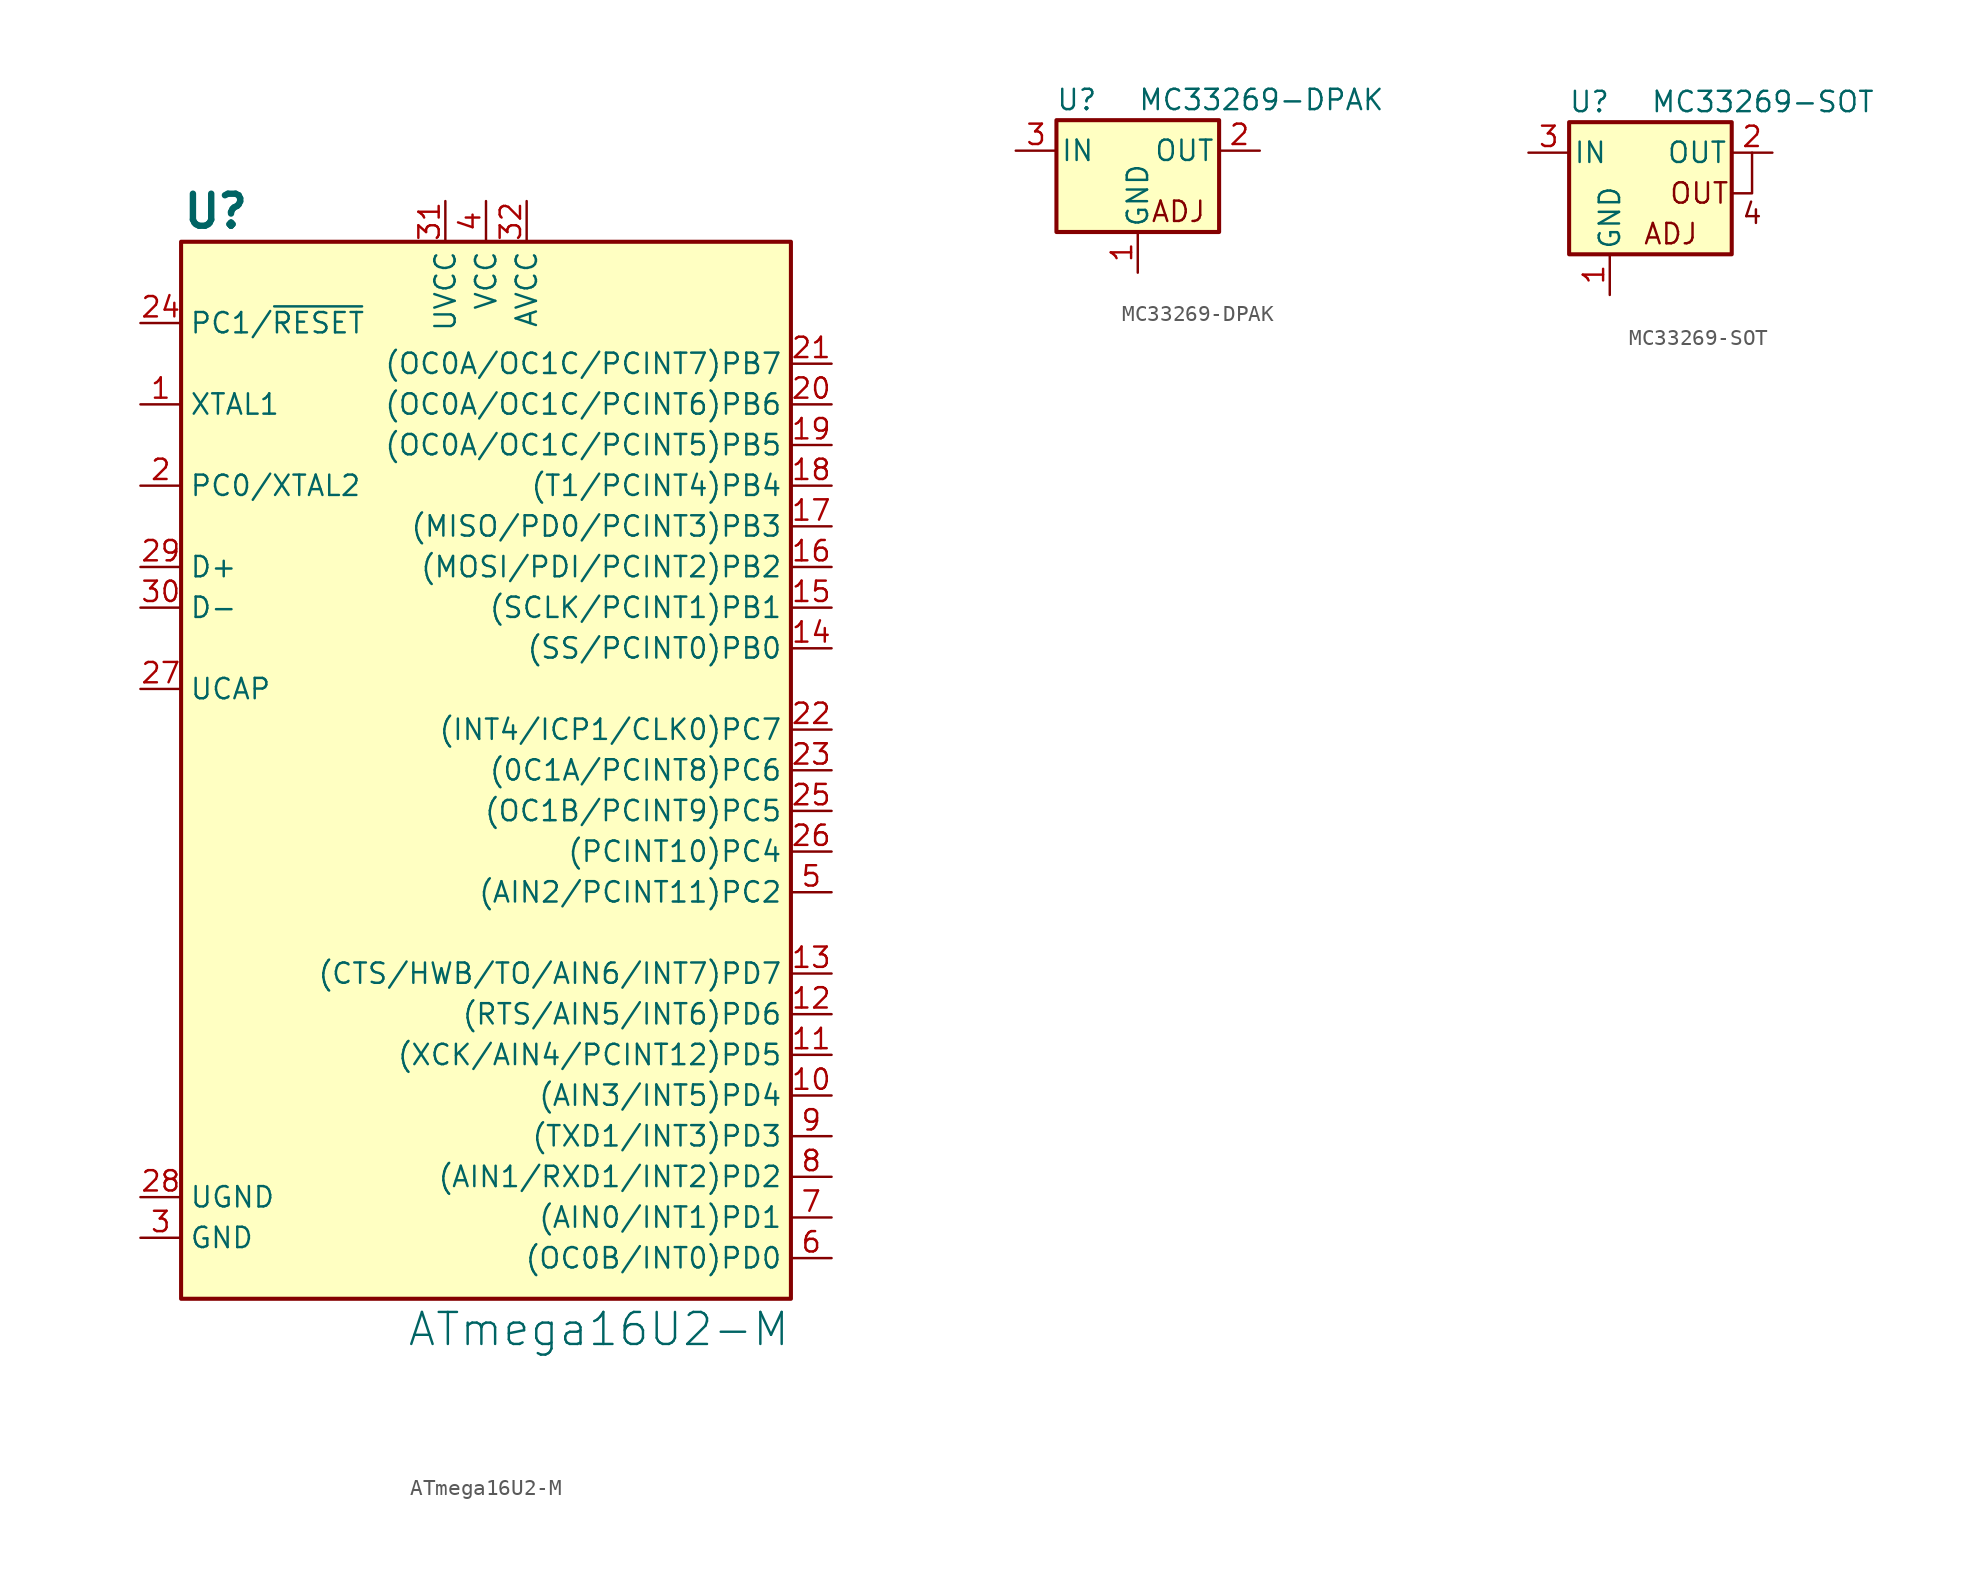
<source format=kicad_sym>
(kicad_symbol_lib
  (version 20220914)
  (generator kicad_symbol_editor)
  (symbol "ATmega16U2-M"
    (property "Reference" "U"
      (at -19.05 34.925 0)
      (do_not_autoplace)
      (effects (font (size 2 2) bold) (justify left)))
    (property "Value" "ATmega16U2-M"
      (at 19.05 -34.925 0)
      (do_not_autoplace)
      (effects (font (size 2 2)) (justify right)))
    (symbol "ATmega16U2-M_0_1"
      (rectangle (start -19.05 33.02) (end 19.05 -33.02) (stroke (width 0.254) (type default)) (fill (type background))))
    (symbol "ATmega16U2-M_1_1"
      (pin input line (at -21.59 22.86 0) (length 2.54) (name "XTAL1" (effects (font (size 1.27 1.27)))) (number "1" (effects (font (size 1.27 1.27)))))
      (pin bidirectional line (at 21.59 -20.32 180) (length 2.54) (name "(AIN3/INT5)PD4" (effects (font (size 1.27 1.27)))) (number "10" (effects (font (size 1.27 1.27)))))
      (pin bidirectional line (at 21.59 -17.78 180) (length 2.54) (name "(XCK/AIN4/PCINT12)PD5" (effects (font (size 1.27 1.27)))) (number "11" (effects (font (size 1.27 1.27)))))
      (pin bidirectional line (at 21.59 -15.24 180) (length 2.54) (name "(RTS/AIN5/INT6)PD6" (effects (font (size 1.27 1.27)))) (number "12" (effects (font (size 1.27 1.27)))))
      (pin bidirectional line (at 21.59 -12.7 180) (length 2.54) (name "(CTS/HWB/TO/AIN6/INT7)PD7" (effects (font (size 1.27 1.27)))) (number "13" (effects (font (size 1.27 1.27)))))
      (pin bidirectional line (at 21.59 7.62 180) (length 2.54) (name "(SS/PCINT0)PB0" (effects (font (size 1.27 1.27)))) (number "14" (effects (font (size 1.27 1.27)))))
      (pin bidirectional line (at 21.59 10.16 180) (length 2.54) (name "(SCLK/PCINT1)PB1" (effects (font (size 1.27 1.27)))) (number "15" (effects (font (size 1.27 1.27)))))
      (pin bidirectional line (at 21.59 12.7 180) (length 2.54) (name "(MOSI/PDI/PCINT2)PB2" (effects (font (size 1.27 1.27)))) (number "16" (effects (font (size 1.27 1.27)))))
      (pin bidirectional line (at 21.59 15.24 180) (length 2.54) (name "(MISO/PD0/PCINT3)PB3" (effects (font (size 1.27 1.27)))) (number "17" (effects (font (size 1.27 1.27)))))
      (pin bidirectional line (at 21.59 17.78 180) (length 2.54) (name "(T1/PCINT4)PB4" (effects (font (size 1.27 1.27)))) (number "18" (effects (font (size 1.27 1.27)))))
      (pin bidirectional line (at 21.59 20.32 180) (length 2.54) (name "(OC0A/OC1C/PCINT5)PB5" (effects (font (size 1.27 1.27)))) (number "19" (effects (font (size 1.27 1.27)))))
      (pin bidirectional line (at -21.59 17.78 0) (length 2.54) (name "PC0/XTAL2" (effects (font (size 1.27 1.27)))) (number "2" (effects (font (size 1.27 1.27)))))
      (pin bidirectional line (at 21.59 22.86 180) (length 2.54) (name "(OC0A/OC1C/PCINT6)PB6" (effects (font (size 1.27 1.27)))) (number "20" (effects (font (size 1.27 1.27)))))
      (pin bidirectional line (at 21.59 25.4 180) (length 2.54) (name "(OC0A/OC1C/PCINT7)PB7" (effects (font (size 1.27 1.27)))) (number "21" (effects (font (size 1.27 1.27)))))
      (pin bidirectional line (at 21.59 2.54 180) (length 2.54) (name "(INT4/ICP1/CLK0)PC7" (effects (font (size 1.27 1.27)))) (number "22" (effects (font (size 1.27 1.27)))))
      (pin bidirectional line (at 21.59 0 180) (length 2.54) (name "(0C1A/PCINT8)PC6" (effects (font (size 1.27 1.27)))) (number "23" (effects (font (size 1.27 1.27)))))
      (pin bidirectional line (at -21.59 27.94 0) (length 2.54) (name "PC1/~{RESET}" (effects (font (size 1.27 1.27)))) (number "24" (effects (font (size 1.27 1.27)))))
      (pin bidirectional line (at 21.59 -2.54 180) (length 2.54) (name "(OC1B/PCINT9)PC5" (effects (font (size 1.27 1.27)))) (number "25" (effects (font (size 1.27 1.27)))))
      (pin bidirectional line (at 21.59 -5.08 180) (length 2.54) (name "(PCINT10)PC4" (effects (font (size 1.27 1.27)))) (number "26" (effects (font (size 1.27 1.27)))))
      (pin passive line (at -21.59 5.08 0) (length 2.54) (name "UCAP" (effects (font (size 1.27 1.27)))) (number "27" (effects (font (size 1.27 1.27)))))
      (pin power_in line (at -21.59 -26.67 0) (length 2.54) (name "UGND" (effects (font (size 1.27 1.27)))) (number "28" (effects (font (size 1.27 1.27)))))
      (pin bidirectional line (at -21.59 12.7 0) (length 2.54) (name "D+" (effects (font (size 1.27 1.27)))) (number "29" (effects (font (size 1.27 1.27)))))
      (pin power_in line (at -21.59 -29.21 0) (length 2.54) (name "GND" (effects (font (size 1.27 1.27)))) (number "3" (effects (font (size 1.27 1.27)))))
      (pin bidirectional line (at -21.59 10.16 0) (length 2.54) (name "D-" (effects (font (size 1.27 1.27)))) (number "30" (effects (font (size 1.27 1.27)))))
      (pin power_in line (at -2.54 35.56 270) (length 2.54) (name "UVCC" (effects (font (size 1.27 1.27)))) (number "31" (effects (font (size 1.27 1.27)))))
      (pin power_in line (at 2.54 35.56 270) (length 2.54) (name "AVCC" (effects (font (size 1.27 1.27)))) (number "32" (effects (font (size 1.27 1.27)))))
      (pin passive line (at -21.59 -29.21 0) (length 2.54) hide (name "GND" (effects (font (size 1.27 1.27)))) (number "33" (effects (font (size 1.27 1.27)))))
      (pin power_in line (at 0 35.56 270) (length 2.54) (name "VCC" (effects (font (size 1.27 1.27)))) (number "4" (effects (font (size 1.27 1.27)))))
      (pin bidirectional line (at 21.59 -7.62 180) (length 2.54) (name "(AIN2/PCINT11)PC2" (effects (font (size 1.27 1.27)))) (number "5" (effects (font (size 1.27 1.27)))))
      (pin bidirectional line (at 21.59 -30.48 180) (length 2.54) (name "(OC0B/INT0)PD0" (effects (font (size 1.27 1.27)))) (number "6" (effects (font (size 1.27 1.27)))))
      (pin bidirectional line (at 21.59 -27.94 180) (length 2.54) (name "(AIN0/INT1)PD1" (effects (font (size 1.27 1.27)))) (number "7" (effects (font (size 1.27 1.27)))))
      (pin bidirectional line (at 21.59 -25.4 180) (length 2.54) (name "(AIN1/RXD1/INT2)PD2" (effects (font (size 1.27 1.27)))) (number "8" (effects (font (size 1.27 1.27)))))
      (pin bidirectional line (at 21.59 -22.86 180) (length 2.54) (name "(TXD1/INT3)PD3" (effects (font (size 1.27 1.27)))) (number "9" (effects (font (size 1.27 1.27)))))))
  (symbol "MC33269-DPAK"
    (pin_names
      (offset 0.254))
    (property "Reference" "U"
      (at -3.81 3.175 0)
      (effects (font (size 1.27 1.27))))
    (property "Value" "MC33269-DPAK"
      (at 0 3.175 0)
      (effects (font (size 1.27 1.27)) (justify left)))
    (symbol "MC33269-DPAK_0_1"
      (rectangle (start -5.08 1.905) (end 5.08 -5.08) (stroke (width 0.254) (type default)) (fill (type background))))
    (symbol "MC33269-DPAK_1_1"
      (text "ADJ" (at 2.54 -3.81 0) (effects (font (size 1.27 1.27))))
      (pin power_in line (at 0 -7.62 90) (length 2.54) (name "GND" (effects (font (size 1.27 1.27)))) (number "1" (effects (font (size 1.27 1.27)))))
      (pin power_out line (at 7.62 0 180) (length 2.54) (name "OUT" (effects (font (size 1.27 1.27)))) (number "2" (effects (font (size 1.27 1.27)))))
      (pin power_in line (at -7.62 0 0) (length 2.54) (name "IN" (effects (font (size 1.27 1.27)))) (number "3" (effects (font (size 1.27 1.27)))))))
  (symbol "MC33269-SOT"
    (pin_names
      (offset 0.254))
    (property "Reference" "U"
      (at -3.81 3.175 0)
      (effects (font (size 1.27 1.27))))
    (property "Value" "MC33269-SOT"
      (at 0 3.175 0)
      (effects (font (size 1.27 1.27)) (justify left)))
    (symbol "MC33269-SOT_0_1"
      (rectangle (start -5.08 1.905) (end 5.08 -6.35) (stroke (width 0.254) (type default)) (fill (type background)))
      (polyline (pts (xy 5.08 -2.54) (xy 6.35 -2.54) (xy 6.35 0)) (stroke (width 0) (type default)) (fill (type none))))
    (symbol "MC33269-SOT_1_1"
      (text "4" (at 6.35 -3.81 0) (effects (font (size 1.27 1.27))))
      (text "ADJ" (at 1.27 -5.08 0) (effects (font (size 1.27 1.27))))
      (text "OUT" (at 3.048 -2.54 0) (effects (font (size 1.27 1.27))))
      (pin power_in line (at -2.54 -8.89 90) (length 2.54) (name "GND" (effects (font (size 1.27 1.27)))) (number "1" (effects (font (size 1.27 1.27)))))
      (pin power_out line (at 7.62 0 180) (length 2.54) (name "OUT" (effects (font (size 1.27 1.27)))) (number "2" (effects (font (size 1.27 1.27)))))
      (pin power_in line (at -7.62 0 0) (length 2.54) (name "IN" (effects (font (size 1.27 1.27)))) (number "3" (effects (font (size 1.27 1.27)))))
      (pin power_out line (at 7.62 0 180) (length 2.54) hide (name "OUT" (effects (font (size 1.27 1.27)))) (number "4" (effects (font (size 1.27 1.27))))))))
</source>
